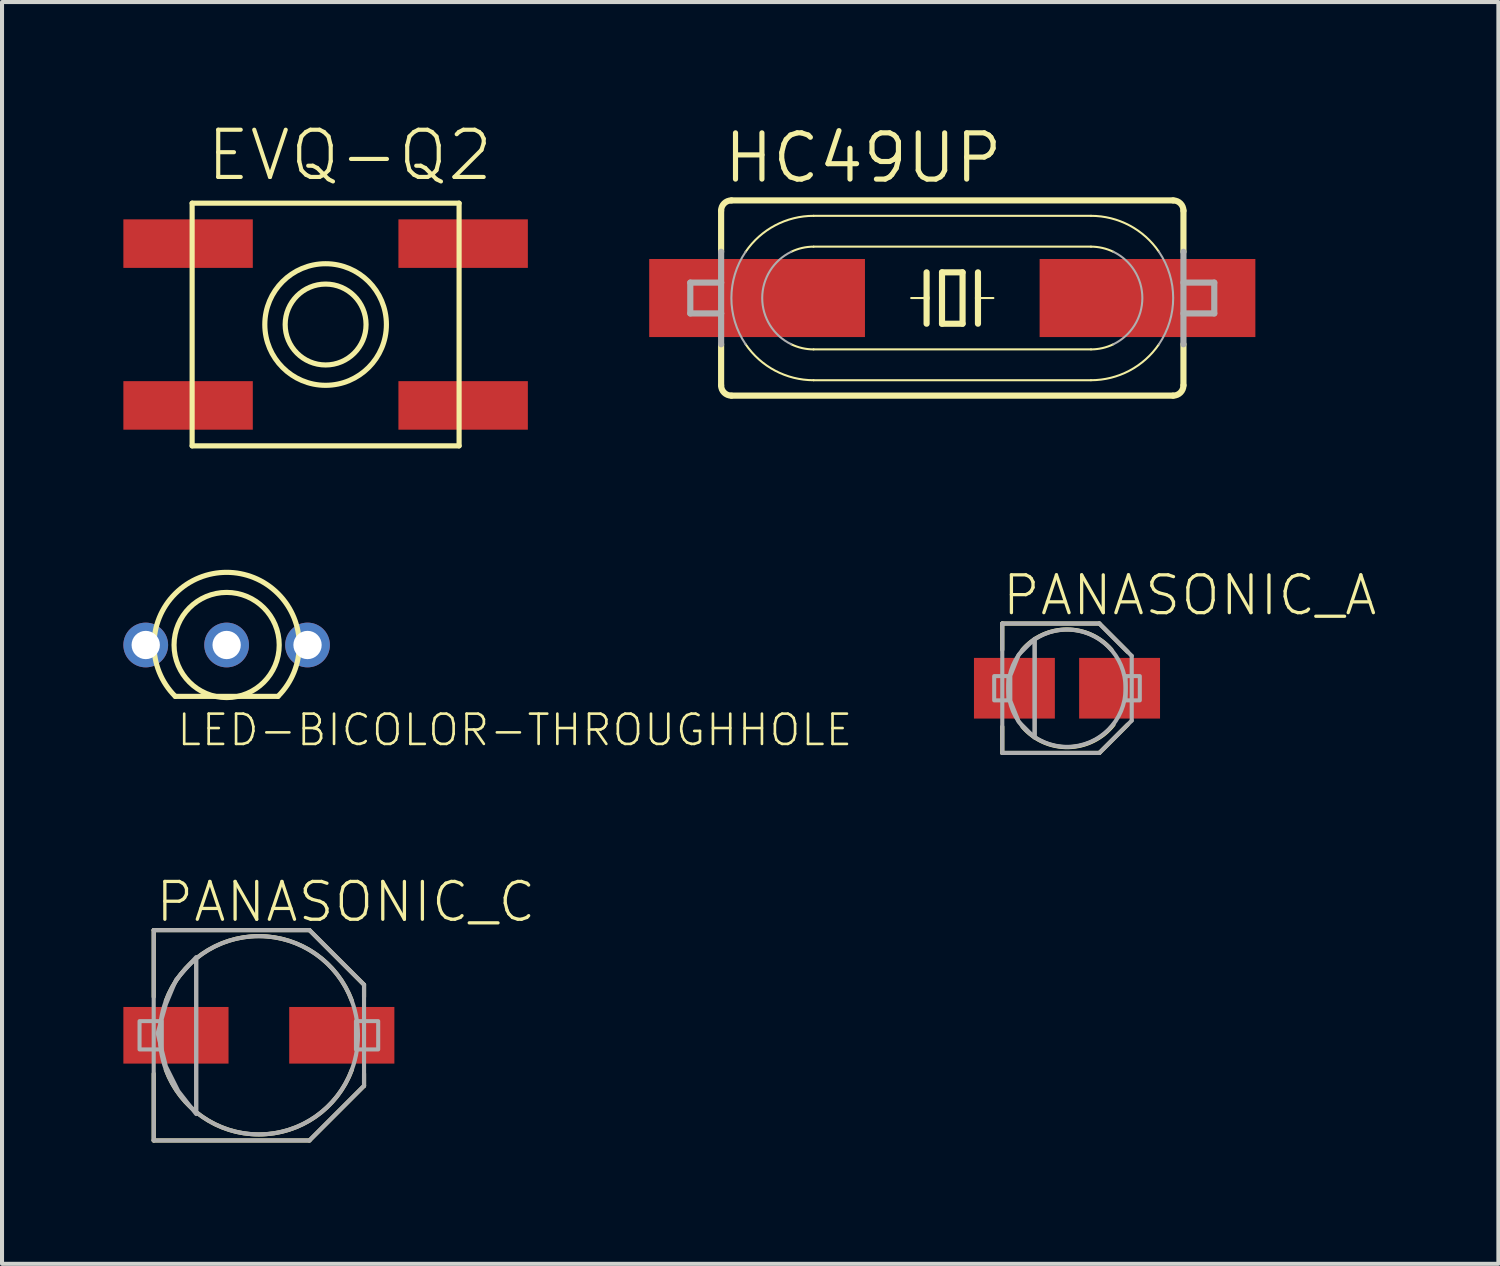
<source format=kicad_pcb>
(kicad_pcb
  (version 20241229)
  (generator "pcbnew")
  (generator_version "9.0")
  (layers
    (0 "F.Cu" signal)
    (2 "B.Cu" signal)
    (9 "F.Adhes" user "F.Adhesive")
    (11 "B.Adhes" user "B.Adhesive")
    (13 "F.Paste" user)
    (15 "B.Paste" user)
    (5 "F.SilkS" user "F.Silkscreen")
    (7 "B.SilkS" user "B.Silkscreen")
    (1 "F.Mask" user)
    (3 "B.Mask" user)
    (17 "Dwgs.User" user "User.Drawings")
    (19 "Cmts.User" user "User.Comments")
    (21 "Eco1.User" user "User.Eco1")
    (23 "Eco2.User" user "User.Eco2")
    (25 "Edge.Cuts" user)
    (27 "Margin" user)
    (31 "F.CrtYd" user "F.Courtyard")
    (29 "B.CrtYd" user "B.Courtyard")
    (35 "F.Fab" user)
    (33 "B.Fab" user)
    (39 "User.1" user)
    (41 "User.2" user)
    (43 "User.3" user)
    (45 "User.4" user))
  (footprint "PANASONIC_A"
    (layer "F.Cu")
    (at 23.329 13.965)
    (property "Reference" "PANASONIC_A" (at -1.65 -1.75 0) (layer "F.SilkS") (effects (font (size 0.935 0.935) (thickness 0.081)) (justify left bottom)))
    (fp_line (start -1.6 -1.6) (end 0.8 -1.6) (stroke (width 0.102) (type solid)) (layer "F.SilkS"))
    (fp_line (start -1.6 -0.95) (end -1.6 -1.6) (stroke (width 0.102) (type solid)) (layer "F.SilkS"))
    (fp_line (start -1.6 1.6) (end -1.6 0.95) (stroke (width 0.102) (type solid)) (layer "F.SilkS"))
    (fp_line (start 0.8 -1.6) (end 1.5 -0.9) (stroke (width 0.102) (type solid)) (layer "F.SilkS"))
    (fp_line (start 0.8 1.6) (end -1.6 1.6) (stroke (width 0.102) (type solid)) (layer "F.SilkS"))
    (fp_line (start 1.5 0.9) (end 0.8 1.6) (stroke (width 0.102) (type solid)) (layer "F.SilkS"))
    (fp_arc (start -1.1 -0.95) (mid 0 -1.453444) (end 1.1 -0.95) (stroke (width 0.1016) (type solid)) (layer "F.SilkS"))
    (fp_arc (start 1.149999 0.9) (mid 0.03681 1.456451) (end -1.1 0.95) (stroke (width 0.1016) (type solid)) (layer "F.SilkS"))
    (fp_line (start -1.6 -1.6) (end 0.8 -1.6) (stroke (width 0.102) (type solid)) (layer "F.Fab"))
    (fp_line (start -1.6 1.6) (end -1.6 -1.6) (stroke (width 0.102) (type solid)) (layer "F.Fab"))
    (fp_line (start -0.8 -1.2) (end -0.8 1.2) (stroke (width 0.102) (type solid)) (layer "F.Fab"))
    (fp_line (start 0.8 -1.6) (end 1.6 -0.8) (stroke (width 0.102) (type solid)) (layer "F.Fab"))
    (fp_line (start 0.8 1.6) (end -1.6 1.6) (stroke (width 0.102) (type solid)) (layer "F.Fab"))
    (fp_line (start 1.6 -0.8) (end 1.6 0.8) (stroke (width 0.102) (type solid)) (layer "F.Fab"))
    (fp_line (start 1.6 0.8) (end 0.8 1.6) (stroke (width 0.102) (type solid)) (layer "F.Fab"))
    (fp_circle (center 0 0) (end 1.45 0) (stroke (width 0.102) (type solid)) (fill no) (layer "F.Fab"))
    (fp_poly (pts (xy -1.8 0.3) (xy -1.45 0.3) (xy -1.45 -0.3) (xy -1.8 -0.3)) (stroke (width 0.1) (type solid)) (fill no) (layer "F.Fab"))
    (fp_poly (pts (xy 1.45 0.3) (xy 1.8 0.3) (xy 1.8 -0.3) (xy 1.45 -0.3)) (stroke (width 0.1) (type solid)) (fill no) (layer "F.Fab"))
    (fp_poly (pts (xy -0.799 1.223) (xy -1.193 0.829) (xy -1.401 0.31) (xy -1.401 -0.31) (xy -1.193 -0.829) (xy -0.799 -1.223)) (stroke (width 0.1) (type solid)) (fill no) (layer "F.Fab"))
    (pad "+" smd rect (at 1.3 0) (size 2 1.5) (layers "F.Cu" "F.Mask" "F.Paste"))
    (pad "-" smd rect (at -1.3 0) (size 2 1.5) (layers "F.Cu" "F.Mask" "F.Paste")))
  (footprint "PANASONIC_C"
    (layer "F.Cu")
    (at 3.35 22.545)
    (property "Reference" "PANASONIC_C" (at -2.6 -2.75 0) (layer "F.SilkS") (effects (font (size 0.935 0.935) (thickness 0.081)) (justify left bottom)))
    (fp_line (start -2.6 -2.6) (end 1.25 -2.6) (stroke (width 0.102) (type solid)) (layer "F.SilkS"))
    (fp_line (start -2.6 -0.95) (end -2.6 -2.6) (stroke (width 0.102) (type solid)) (layer "F.SilkS"))
    (fp_line (start -2.6 2.6) (end -2.6 0.95) (stroke (width 0.102) (type solid)) (layer "F.SilkS"))
    (fp_line (start 1.25 -2.6) (end 2.6 -1.25) (stroke (width 0.102) (type solid)) (layer "F.SilkS"))
    (fp_line (start 1.25 2.6) (end -2.6 2.6) (stroke (width 0.102) (type solid)) (layer "F.SilkS"))
    (fp_line (start 2.6 -1.25) (end 2.6 -0.95) (stroke (width 0.102) (type solid)) (layer "F.SilkS"))
    (fp_line (start 2.6 0.95) (end 2.6 1.25) (stroke (width 0.102) (type solid)) (layer "F.SilkS"))
    (fp_line (start 2.6 1.25) (end 1.25 2.6) (stroke (width 0.102) (type solid)) (layer "F.SilkS"))
    (fp_arc (start -2.3 -0.85) (mid 0 -2.45204) (end 2.3 -0.85) (stroke (width 0.1016) (type solid)) (layer "F.SilkS"))
    (fp_arc (start 2.3 0.85) (mid 0 2.45204) (end -2.3 0.85) (stroke (width 0.1016) (type solid)) (layer "F.SilkS"))
    (fp_line (start -2.6 -2.6) (end 1.25 -2.6) (stroke (width 0.102) (type solid)) (layer "F.Fab"))
    (fp_line (start -2.6 2.6) (end -2.6 -2.6) (stroke (width 0.102) (type solid)) (layer "F.Fab"))
    (fp_line (start -1.55 -1.85) (end -1.55 1.85) (stroke (width 0.102) (type solid)) (layer "F.Fab"))
    (fp_line (start 1.25 -2.6) (end 2.6 -1.25) (stroke (width 0.102) (type solid)) (layer "F.Fab"))
    (fp_line (start 1.25 2.6) (end -2.6 2.6) (stroke (width 0.102) (type solid)) (layer "F.Fab"))
    (fp_line (start 2.6 -1.25) (end 2.6 1.25) (stroke (width 0.102) (type solid)) (layer "F.Fab"))
    (fp_line (start 2.6 1.25) (end 1.25 2.6) (stroke (width 0.102) (type solid)) (layer "F.Fab"))
    (fp_circle (center 0 0) (end 2.45 0) (stroke (width 0.102) (type solid)) (fill no) (layer "F.Fab"))
    (fp_poly (pts (xy -2.95 0.35) (xy -2.4 0.35) (xy -2.4 -0.35) (xy -2.95 -0.35)) (stroke (width 0.1) (type solid)) (fill no) (layer "F.Fab"))
    (fp_poly (pts (xy 2.4 0.35) (xy 2.95 0.35) (xy 2.95 -0.35) (xy 2.4 -0.35)) (stroke (width 0.1) (type solid)) (fill no) (layer "F.Fab"))
    (fp_poly (pts (xy -1.549 1.948) (xy -1.993 1.377) (xy -2.298 0.768) (xy -2.503 -0.051) (xy -2.298 -0.767) (xy -2.044 -1.377) (xy -1.549 -1.934)) (stroke (width 0.1) (type solid)) (fill no) (layer "F.Fab"))
    (pad "+" smd rect (at 2.05 0) (size 2.6 1.4) (layers "F.Cu" "F.Mask" "F.Paste"))
    (pad "-" smd rect (at -2.05 0) (size 2.6 1.4) (layers "F.Cu" "F.Mask" "F.Paste")))
  (footprint "EVQ-Q2"
    (layer "F.Cu")
    (at 5 4.973)
    (property "Reference" "EVQ-Q2" (at -3 -3.5 0) (layer "F.SilkS") (effects (font (size 1.168 1.168) (thickness 0.102)) (justify left bottom)))
    (fp_line (start -3.3 -3) (end 3.3 -3) (stroke (width 0.127) (type solid)) (layer "F.SilkS"))
    (fp_line (start -3.3 3) (end -3.3 -3) (stroke (width 0.127) (type solid)) (layer "F.SilkS"))
    (fp_line (start 3.3 -3) (end 3.3 3) (stroke (width 0.127) (type solid)) (layer "F.SilkS"))
    (fp_line (start 3.3 3) (end -3.3 3) (stroke (width 0.127) (type solid)) (layer "F.SilkS"))
    (fp_circle (center 0 0) (end 1 0) (stroke (width 0.127) (type solid)) (fill no) (layer "F.SilkS"))
    (fp_circle (center 0 0) (end 1.503 0) (stroke (width 0.127) (type solid)) (fill no) (layer "F.SilkS"))
    (pad "A" smd rect (at -3.4 2) (size 3.2 1.2) (layers "F.Cu" "F.Mask" "F.Paste"))
    (pad "A'" smd rect (at 3.4 2) (size 3.2 1.2) (layers "F.Cu" "F.Mask" "F.Paste"))
    (pad "B" smd rect (at -3.4 -2) (size 3.2 1.2) (layers "F.Cu" "F.Mask" "F.Paste"))
    (pad "B'" smd rect (at 3.4 -2) (size 3.2 1.2) (layers "F.Cu" "F.Mask" "F.Paste")))
  (footprint "HC49UP"
    (layer "F.Cu")
    (at 20.493 4.318)
    (property "Reference" "HC49UP" (at -5.715 -2.794 0) (layer "F.SilkS") (effects (font (size 1.143 1.143) (thickness 0.127)) (justify left bottom)))
    (fp_line (start -5.715 -1.143) (end -5.715 -2.159) (stroke (width 0.152) (type solid)) (layer "F.SilkS"))
    (fp_line (start -5.715 2.159) (end -5.715 1.143) (stroke (width 0.152) (type solid)) (layer "F.SilkS"))
    (fp_line (start -3.429 -2.032) (end 3.429 -2.032) (stroke (width 0.051) (type solid)) (layer "F.SilkS"))
    (fp_line (start -3.429 -1.27) (end 3.429 -1.27) (stroke (width 0.051) (type solid)) (layer "F.SilkS"))
    (fp_line (start -0.635 -0.635) (end -0.635 0) (stroke (width 0.152) (type solid)) (layer "F.SilkS"))
    (fp_line (start -0.635 0) (end -1.016 0) (stroke (width 0.051) (type solid)) (layer "F.SilkS"))
    (fp_line (start -0.635 0) (end -0.635 0.635) (stroke (width 0.152) (type solid)) (layer "F.SilkS"))
    (fp_line (start -0.254 -0.635) (end -0.254 0.635) (stroke (width 0.152) (type solid)) (layer "F.SilkS"))
    (fp_line (start -0.254 0.635) (end 0.254 0.635) (stroke (width 0.152) (type solid)) (layer "F.SilkS"))
    (fp_line (start 0.254 -0.635) (end -0.254 -0.635) (stroke (width 0.152) (type solid)) (layer "F.SilkS"))
    (fp_line (start 0.254 0.635) (end 0.254 -0.635) (stroke (width 0.152) (type solid)) (layer "F.SilkS"))
    (fp_line (start 0.635 -0.635) (end 0.635 0) (stroke (width 0.152) (type solid)) (layer "F.SilkS"))
    (fp_line (start 0.635 0) (end 0.635 0.635) (stroke (width 0.152) (type solid)) (layer "F.SilkS"))
    (fp_line (start 0.635 0) (end 1.016 0) (stroke (width 0.051) (type solid)) (layer "F.SilkS"))
    (fp_line (start 3.429 1.27) (end -3.429 1.27) (stroke (width 0.051) (type solid)) (layer "F.SilkS"))
    (fp_line (start 3.429 2.032) (end -3.429 2.032) (stroke (width 0.051) (type solid)) (layer "F.SilkS"))
    (fp_line (start 5.461 -2.413) (end -5.461 -2.413) (stroke (width 0.152) (type solid)) (layer "F.SilkS"))
    (fp_line (start 5.461 2.413) (end -5.461 2.413) (stroke (width 0.152) (type solid)) (layer "F.SilkS"))
    (fp_line (start 5.715 -1.143) (end 5.715 -2.159) (stroke (width 0.152) (type solid)) (layer "F.SilkS"))
    (fp_line (start 5.715 2.159) (end 5.715 1.143) (stroke (width 0.152) (type solid)) (layer "F.SilkS"))
    (fp_arc (start -5.715 -2.159) (mid -5.640605 -2.338605) (end -5.461 -2.413) (stroke (width 0.1524) (type solid)) (layer "F.SilkS"))
    (fp_arc (start -5.461 2.413) (mid -5.640605 2.338605) (end -5.715 2.159) (stroke (width 0.1524) (type solid)) (layer "F.SilkS"))
    (fp_arc (start -5.1091 -1.143) (mid -4.379417 -1.796107) (end -3.429 -2.032101) (stroke (width 0.0508) (type solid)) (layer "F.SilkS"))
    (fp_arc (start -3.9826 -1.143) (mid -3.712991 -1.237845) (end -3.429 -1.27) (stroke (width 0.0508) (type solid)) (layer "F.SilkS"))
    (fp_arc (start -3.429 1.27) (mid -3.712991 1.237845) (end -3.9826 1.143) (stroke (width 0.0508) (type solid)) (layer "F.SilkS"))
    (fp_arc (start -3.429 2.032001) (mid -4.379408 1.796063) (end -5.1091 1.143) (stroke (width 0.0508) (type solid)) (layer "F.SilkS"))
    (fp_arc (start 3.429 -2.032) (mid 4.379408 -1.796062) (end 5.1091 -1.142999) (stroke (width 0.0508) (type solid)) (layer "F.SilkS"))
    (fp_arc (start 3.429 -1.27) (mid 3.712991 -1.237845) (end 3.9826 -1.143) (stroke (width 0.0508) (type solid)) (layer "F.SilkS"))
    (fp_arc (start 3.9826 1.143) (mid 3.712991 1.237845) (end 3.429 1.27) (stroke (width 0.0508) (type solid)) (layer "F.SilkS"))
    (fp_arc (start 5.109 1.142899) (mid 4.379368 1.795994) (end 3.429 2.032) (stroke (width 0.0508) (type solid)) (layer "F.SilkS"))
    (fp_arc (start 5.461 -2.413) (mid 5.640605 -2.338605) (end 5.715 -2.159) (stroke (width 0.1524) (type solid)) (layer "F.SilkS"))
    (fp_arc (start 5.715 2.159) (mid 5.640605 2.338605) (end 5.461 2.413) (stroke (width 0.1524) (type solid)) (layer "F.SilkS"))
    (fp_line (start -6.477 0.381) (end -6.477 -0.381) (stroke (width 0.152) (type solid)) (layer "F.Fab"))
    (fp_line (start -5.715 -0.381) (end -6.477 -0.381) (stroke (width 0.152) (type solid)) (layer "F.Fab"))
    (fp_line (start -5.715 -0.381) (end -5.715 -1.143) (stroke (width 0.152) (type solid)) (layer "F.Fab"))
    (fp_line (start -5.715 0.381) (end -6.477 0.381) (stroke (width 0.152) (type solid)) (layer "F.Fab"))
    (fp_line (start -5.715 0.381) (end -5.715 -0.381) (stroke (width 0.152) (type solid)) (layer "F.Fab"))
    (fp_line (start -5.715 1.143) (end -5.715 0.381) (stroke (width 0.152) (type solid)) (layer "F.Fab"))
    (fp_line (start 5.715 -0.381) (end 6.477 -0.381) (stroke (width 0.152) (type solid)) (layer "F.Fab"))
    (fp_line (start 5.715 0.381) (end 6.477 0.381) (stroke (width 0.152) (type solid)) (layer "F.Fab"))
    (fp_line (start 5.715 1.143) (end 5.715 -1.143) (stroke (width 0.152) (type solid)) (layer "F.Fab"))
    (fp_line (start 6.477 0.381) (end 6.477 -0.381) (stroke (width 0.152) (type solid)) (layer "F.Fab"))
    (fp_arc (start -5.1091 1.143) (mid -5.46104 0) (end -5.1091 -1.143) (stroke (width 0.0508) (type solid)) (layer "F.Fab"))
    (fp_arc (start -3.9826 1.143) (mid -4.699009 0) (end -3.9826 -1.143) (stroke (width 0.0508) (type solid)) (layer "F.Fab"))
    (fp_arc (start 3.9826 -1.143) (mid 4.699009 0) (end 3.9826 1.143) (stroke (width 0.0508) (type solid)) (layer "F.Fab"))
    (fp_arc (start 5.1091 -1.143) (mid 5.46104 0) (end 5.1091 1.143) (stroke (width 0.0508) (type solid)) (layer "F.Fab"))
    (pad "1" smd rect (at -4.826 0) (size 5.334 1.93) (layers "F.Cu" "F.Mask" "F.Paste"))
    (pad "2" smd rect (at 4.826 0) (size 5.334 1.93) (layers "F.Cu" "F.Mask" "F.Paste"))
    (zone (net_name "") (layers "F.Cu" "B.Cu") (hatch edge 0.508) (connect_pads) (min_thickness 0.254) (filled_areas_thickness no) (keepout (tracks allowed) (vias not_allowed) (pads allowed) (copperpour allowed) (footprints allowed)) (placement (enabled no)) (fill) (polygon (pts (xy 13.889 7.366) (xy 27.097 7.366) (xy 27.097 1.27) (xy 13.889 1.27)))))
  (footprint "LED-BICOLOR-THROUGHHOLE"
    (layer "F.Cu")
    (at 2.553 12.896)
    (property "Reference" "LED-BICOLOR-THROUGHHOLE" (at -1.27 2.54 0) (layer "F.SilkS") (effects (font (size 0.748 0.748) (thickness 0.065)) (justify left bottom)))
    (fp_line (start -1.27 1.27) (end 1.27 1.27) (stroke (width 0.127) (type solid)) (layer "F.SilkS"))
    (fp_arc (start -1.27 1.27) (mid 0 -1.796051) (end 1.27 1.27) (stroke (width 0.127) (type solid)) (layer "F.SilkS"))
    (fp_circle (center 0 0) (end 1.3 0) (stroke (width 0.127) (type solid)) (fill no) (layer "F.SilkS"))
    (pad "1" thru_hole circle (at -2 0) (size 1.106 1.106) (drill 0.7) (layers "*.Cu" "*.Mask"))
    (pad "2" thru_hole circle (at 0 0) (size 1.106 1.106) (drill 0.7) (layers "*.Cu" "*.Mask"))
    (pad "3" thru_hole circle (at 2 0) (size 1.106 1.106) (drill 0.7) (layers "*.Cu" "*.Mask")))
  (gr_rect
    (start -3 -3)
    (end 33.994 28.195)
    (stroke (width 0.1) (type default))
    (fill no)
    (layer "Edge.Cuts")))
</source>
